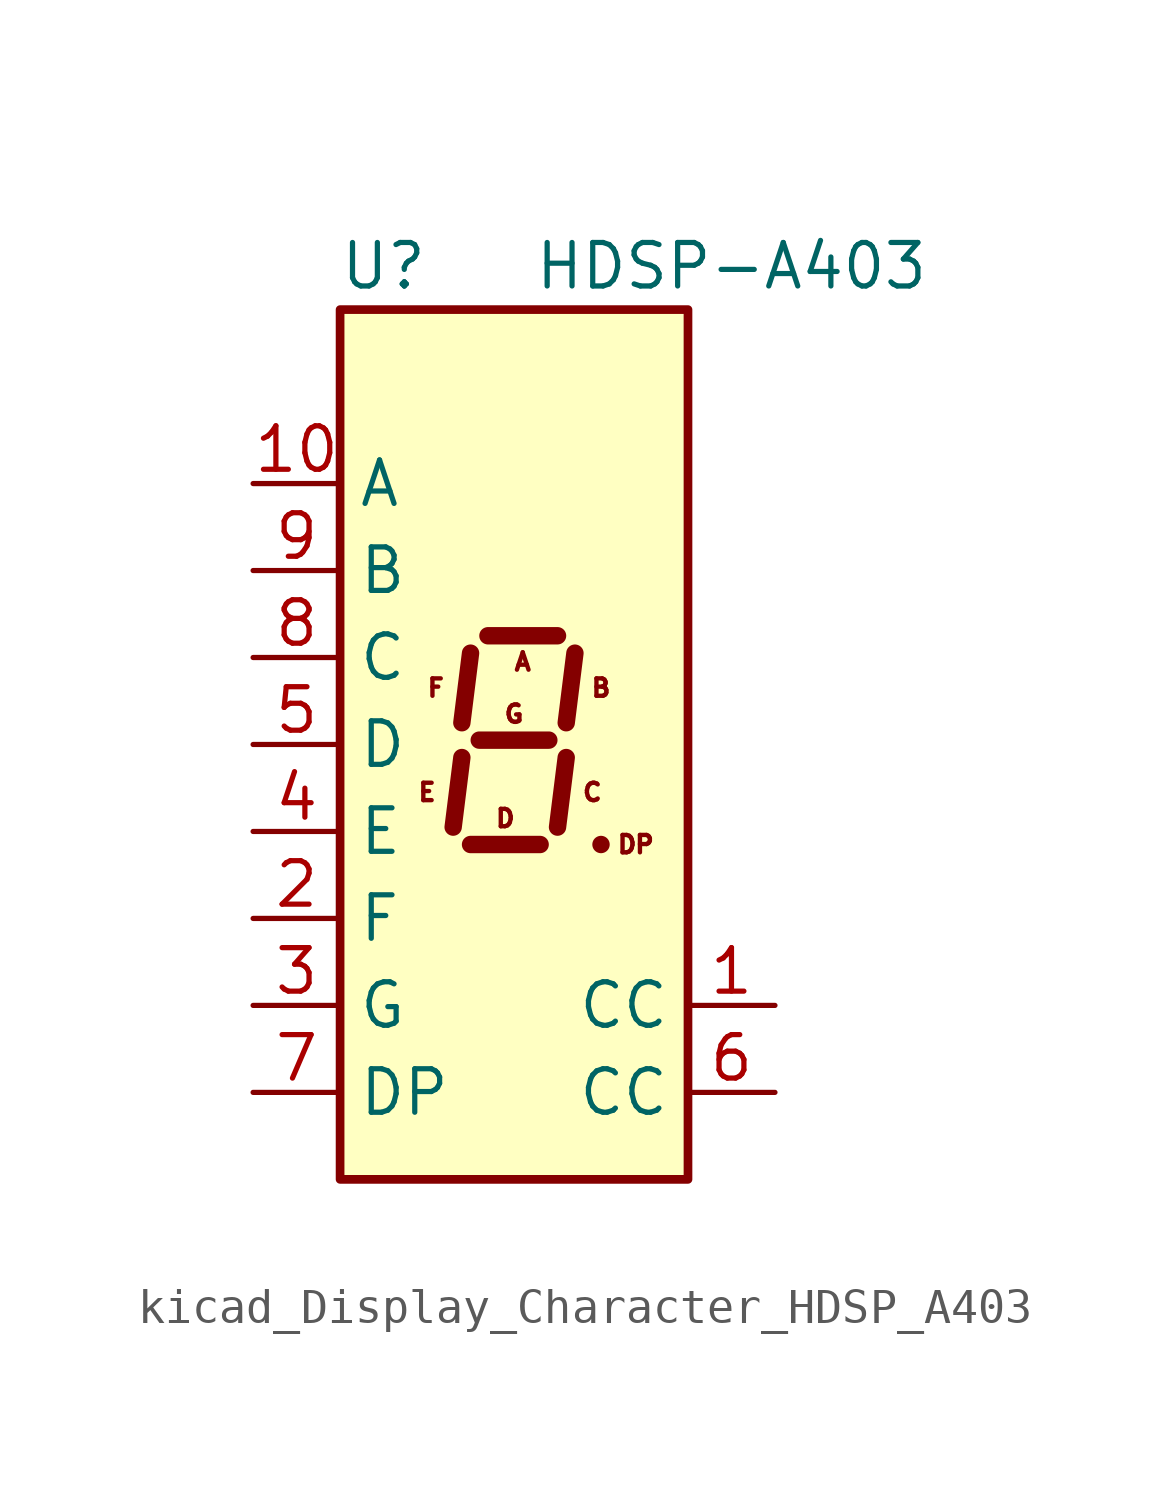
<source format=kicad_sym>
(kicad_symbol_lib
  (version 20220914)
  (generator kicad_symbol_editor)
  (symbol "kicad_Display_Character_HDSP_A403"
    (property "Reference" "U"
      (at -3.81 13.97 0)
      (effects (font (size 1.27 1.27))))
    (property "Value" "HDSP-A403"
      (at 6.35 13.97 0)
      (effects (font (size 1.27 1.27))))
    (symbol "kicad_Display_Character_HDSP_A403_1_0"
      (text "A" (at 0.254 2.413 0) (effects (font (size 0.508 0.508))))
      (text "B" (at 2.54 1.651 0) (effects (font (size 0.508 0.508))))
      (text "C" (at 2.286 -1.397 0) (effects (font (size 0.508 0.508))))
      (text "D" (at -0.254 -2.159 0) (effects (font (size 0.508 0.508))))
      (text "DP" (at 3.556 -2.921 0) (effects (font (size 0.508 0.508))))
      (text "E" (at -2.54 -1.397 0) (effects (font (size 0.508 0.508))))
      (text "F" (at -2.286 1.651 0) (effects (font (size 0.508 0.508))))
      (text "G" (at 0 0.889 0) (effects (font (size 0.508 0.508)))))
    (symbol "kicad_Display_Character_HDSP_A403_1_1"
      (rectangle (start -5.08 12.7) (end 5.08 -12.7) (stroke (width 0.254) (type default)) (fill (type background)))
      (polyline (pts (xy -1.524 -0.381) (xy -1.778 -2.413)) (stroke (width 0.508) (type default)) (fill (type none)))
      (polyline (pts (xy -1.27 -2.921) (xy 0.762 -2.921)) (stroke (width 0.508) (type default)) (fill (type none)))
      (polyline (pts (xy -1.27 2.667) (xy -1.524 0.635)) (stroke (width 0.508) (type default)) (fill (type none)))
      (polyline (pts (xy -1.016 0.127) (xy 1.016 0.127)) (stroke (width 0.508) (type default)) (fill (type none)))
      (polyline (pts (xy -0.762 3.175) (xy 1.27 3.175)) (stroke (width 0.508) (type default)) (fill (type none)))
      (polyline (pts (xy 1.524 -0.381) (xy 1.27 -2.413)) (stroke (width 0.508) (type default)) (fill (type none)))
      (polyline (pts (xy 1.778 2.667) (xy 1.524 0.635)) (stroke (width 0.508) (type default)) (fill (type none)))
      (polyline (pts (xy 2.54 -2.921) (xy 2.54 -2.921)) (stroke (width 0.508) (type default)) (fill (type none)))
      (pin input line (at 7.62 -7.62 180) (length 2.54) (name "CC" (effects (font (size 1.27 1.27)))) (number "1" (effects (font (size 1.27 1.27)))))
      (pin input line (at -7.62 7.62 0) (length 2.54) (name "A" (effects (font (size 1.27 1.27)))) (number "10" (effects (font (size 1.27 1.27)))))
      (pin input line (at -7.62 -5.08 0) (length 2.54) (name "F" (effects (font (size 1.27 1.27)))) (number "2" (effects (font (size 1.27 1.27)))))
      (pin input line (at -7.62 -7.62 0) (length 2.54) (name "G" (effects (font (size 1.27 1.27)))) (number "3" (effects (font (size 1.27 1.27)))))
      (pin input line (at -7.62 -2.54 0) (length 2.54) (name "E" (effects (font (size 1.27 1.27)))) (number "4" (effects (font (size 1.27 1.27)))))
      (pin input line (at -7.62 0 0) (length 2.54) (name "D" (effects (font (size 1.27 1.27)))) (number "5" (effects (font (size 1.27 1.27)))))
      (pin input line (at 7.62 -10.16 180) (length 2.54) (name "CC" (effects (font (size 1.27 1.27)))) (number "6" (effects (font (size 1.27 1.27)))))
      (pin input line (at -7.62 -10.16 0) (length 2.54) (name "DP" (effects (font (size 1.27 1.27)))) (number "7" (effects (font (size 1.27 1.27)))))
      (pin input line (at -7.62 2.54 0) (length 2.54) (name "C" (effects (font (size 1.27 1.27)))) (number "8" (effects (font (size 1.27 1.27)))))
      (pin input line (at -7.62 5.08 0) (length 2.54) (name "B" (effects (font (size 1.27 1.27)))) (number "9" (effects (font (size 1.27 1.27))))))))
</source>
